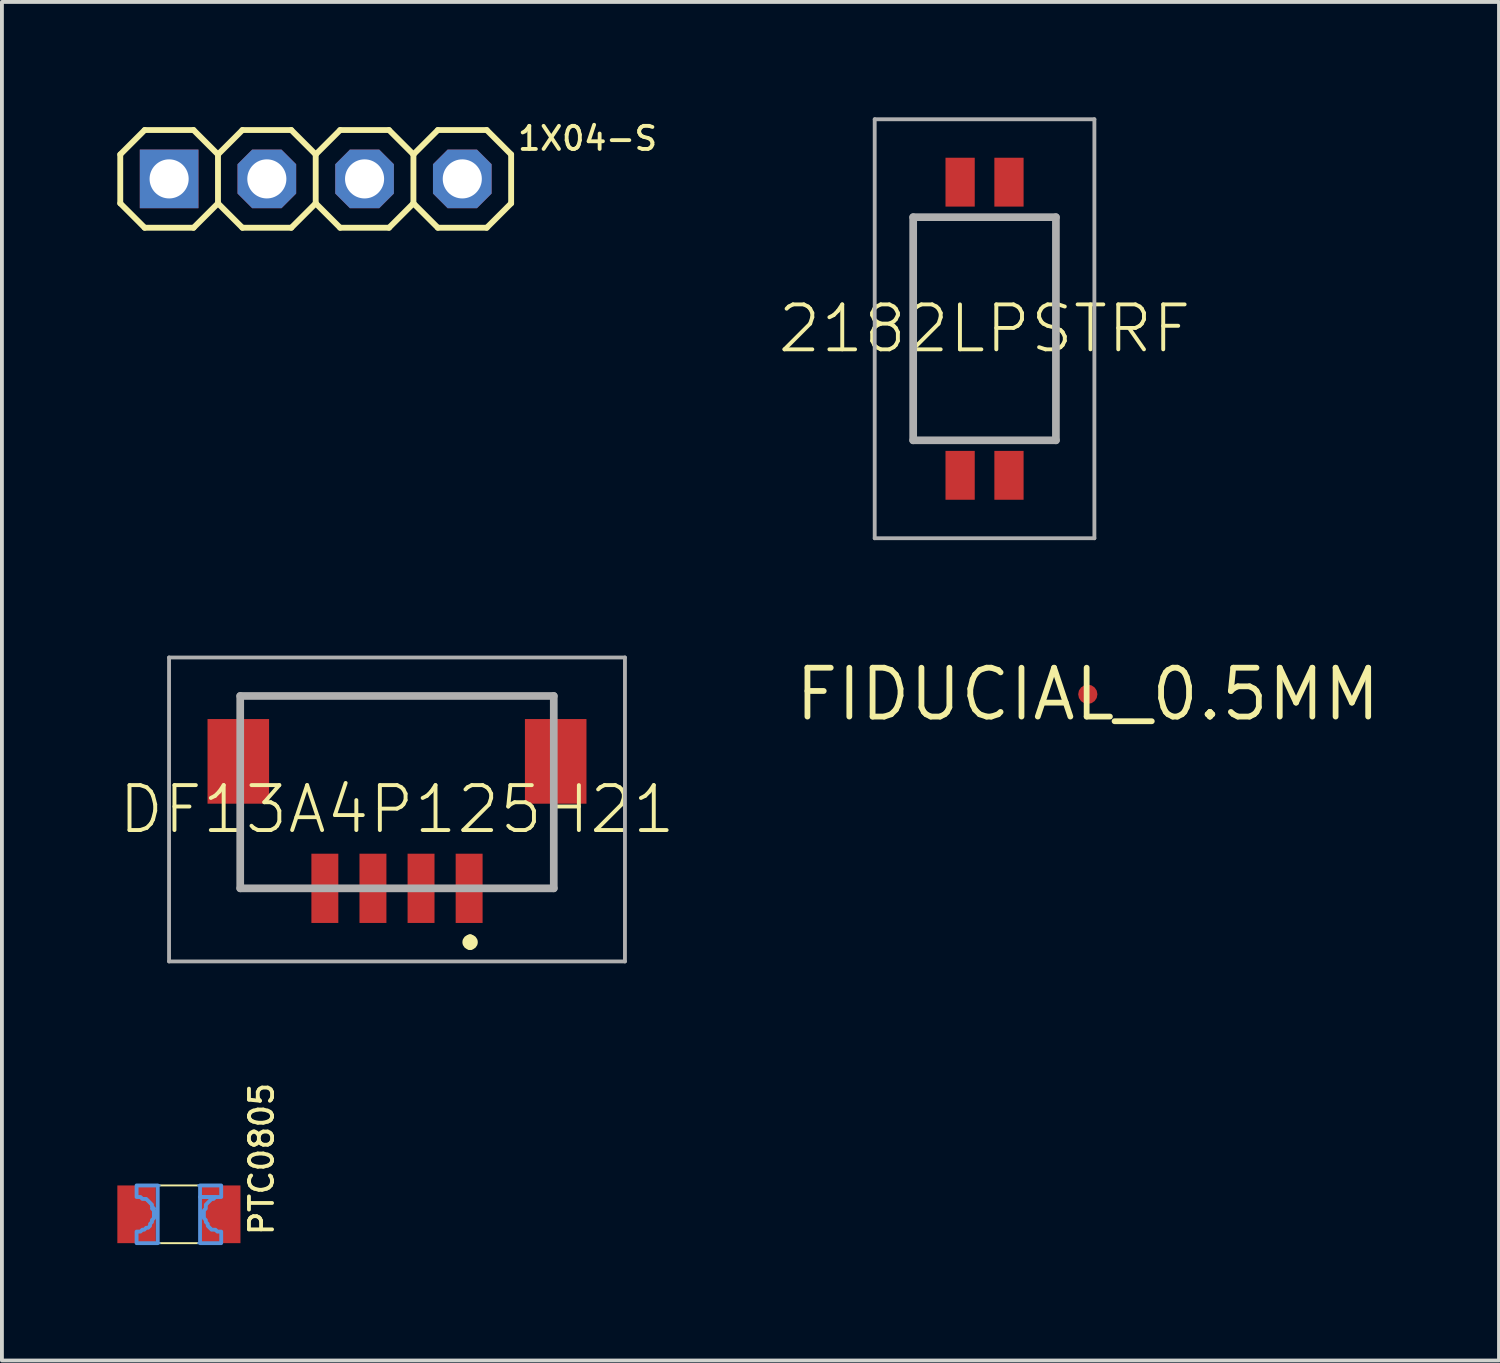
<source format=kicad_pcb>
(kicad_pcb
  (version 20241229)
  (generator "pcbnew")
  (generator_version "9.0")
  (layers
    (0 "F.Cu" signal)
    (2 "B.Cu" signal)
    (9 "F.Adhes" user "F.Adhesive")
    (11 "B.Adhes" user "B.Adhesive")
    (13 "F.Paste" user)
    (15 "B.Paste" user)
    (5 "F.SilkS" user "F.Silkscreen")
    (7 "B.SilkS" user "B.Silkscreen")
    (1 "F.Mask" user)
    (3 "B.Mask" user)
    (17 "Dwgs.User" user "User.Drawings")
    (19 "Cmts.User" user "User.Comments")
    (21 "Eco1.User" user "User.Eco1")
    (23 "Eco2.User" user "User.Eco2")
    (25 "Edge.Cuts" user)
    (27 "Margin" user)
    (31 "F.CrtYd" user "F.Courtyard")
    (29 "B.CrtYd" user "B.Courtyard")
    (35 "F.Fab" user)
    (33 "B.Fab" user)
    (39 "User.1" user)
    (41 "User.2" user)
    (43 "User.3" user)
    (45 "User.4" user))
  (footprint "DF13A4P125H21"
    (layer "F.Cu")
    (at 7.269 17.54)
    (property "Reference" "DF13A4P125H21" (at 0 0.45 0) (layer "F.SilkS") (effects (font (size 1.168 1.168) (thickness 0.102))))
    (fp_line (start -4.075 -2.5) (end 4.075 -2.5) (stroke (width 0.1) (type solid)) (layer "F.SilkS"))
    (fp_line (start 1.9 3.8) (end 1.9 3.8) (stroke (width 0.2) (type solid)) (layer "F.SilkS"))
    (fp_line (start 1.9 4) (end 1.9 4) (stroke (width 0.2) (type solid)) (layer "F.SilkS"))
    (fp_arc (start 1.9 3.8) (mid 2 3.9) (end 1.9 4) (stroke (width 0.2) (type solid)) (layer "F.SilkS"))
    (fp_arc (start 1.9 4) (mid 1.8 3.9) (end 1.9 3.8) (stroke (width 0.2) (type solid)) (layer "F.SilkS"))
    (fp_line (start -5.925 -3.5) (end 5.925 -3.5) (stroke (width 0.1) (type solid)) (layer "F.Fab"))
    (fp_line (start -5.925 4.4) (end -5.925 -3.5) (stroke (width 0.1) (type solid)) (layer "F.Fab"))
    (fp_line (start -4.075 -2.5) (end 4.075 -2.5) (stroke (width 0.2) (type solid)) (layer "F.Fab"))
    (fp_line (start -4.075 2.5) (end -4.075 -2.5) (stroke (width 0.2) (type solid)) (layer "F.Fab"))
    (fp_line (start 4.075 -2.5) (end 4.075 2.5) (stroke (width 0.2) (type solid)) (layer "F.Fab"))
    (fp_line (start 4.075 2.5) (end -4.075 2.5) (stroke (width 0.2) (type solid)) (layer "F.Fab"))
    (fp_line (start 5.925 -3.5) (end 5.925 4.4) (stroke (width 0.1) (type solid)) (layer "F.Fab"))
    (fp_line (start 5.925 4.4) (end -5.925 4.4) (stroke (width 0.1) (type solid)) (layer "F.Fab"))
    (pad "1" smd rect (at 1.875 2.5 90) (size 1.8 0.7) (layers "F.Cu" "F.Mask" "F.Paste"))
    (pad "2" smd rect (at 0.625 2.5 90) (size 1.8 0.7) (layers "F.Cu" "F.Mask" "F.Paste"))
    (pad "3" smd rect (at -0.625 2.5 90) (size 1.8 0.7) (layers "F.Cu" "F.Mask" "F.Paste"))
    (pad "4" smd rect (at -1.875 2.5 90) (size 1.8 0.7) (layers "F.Cu" "F.Mask" "F.Paste"))
    (pad "MP1" smd rect (at -4.125 -0.8 90) (size 2.2 1.6) (layers "F.Cu" "F.Mask" "F.Paste"))
    (pad "MP2" smd rect (at 4.125 -0.8 90) (size 2.2 1.6) (layers "F.Cu" "F.Mask" "F.Paste")))
  (footprint "1X04-S"
    (layer "F.Cu")
    (at 5.156 1.6)
    (property "Reference" "1X04-S" (at 5.2 -0.7 0) (layer "F.SilkS") (effects (font (size 0.6 0.6) (thickness 0.1)) (justify left bottom)))
    (fp_line (start -5.08 -0.635) (end -5.08 0.635) (stroke (width 0.152) (type solid)) (layer "F.SilkS"))
    (fp_line (start -5.08 0.635) (end -4.445 1.27) (stroke (width 0.152) (type solid)) (layer "F.SilkS"))
    (fp_line (start -4.445 -1.27) (end -5.08 -0.635) (stroke (width 0.152) (type solid)) (layer "F.SilkS"))
    (fp_line (start -4.445 -1.27) (end -3.175 -1.27) (stroke (width 0.152) (type solid)) (layer "F.SilkS"))
    (fp_line (start -3.175 -1.27) (end -2.54 -0.635) (stroke (width 0.152) (type solid)) (layer "F.SilkS"))
    (fp_line (start -3.175 1.27) (end -4.445 1.27) (stroke (width 0.152) (type solid)) (layer "F.SilkS"))
    (fp_line (start -2.54 -0.635) (end -2.54 0.635) (stroke (width 0.152) (type solid)) (layer "F.SilkS"))
    (fp_line (start -2.54 -0.635) (end -1.905 -1.27) (stroke (width 0.152) (type solid)) (layer "F.SilkS"))
    (fp_line (start -2.54 0.635) (end -3.175 1.27) (stroke (width 0.152) (type solid)) (layer "F.SilkS"))
    (fp_line (start -1.905 -1.27) (end -0.635 -1.27) (stroke (width 0.152) (type solid)) (layer "F.SilkS"))
    (fp_line (start -1.905 1.27) (end -2.54 0.635) (stroke (width 0.152) (type solid)) (layer "F.SilkS"))
    (fp_line (start -0.635 -1.27) (end 0 -0.635) (stroke (width 0.152) (type solid)) (layer "F.SilkS"))
    (fp_line (start -0.635 1.27) (end -1.905 1.27) (stroke (width 0.152) (type solid)) (layer "F.SilkS"))
    (fp_line (start 0 -0.635) (end 0 0.635) (stroke (width 0.152) (type solid)) (layer "F.SilkS"))
    (fp_line (start 0 -0.635) (end 0.635 -1.27) (stroke (width 0.152) (type solid)) (layer "F.SilkS"))
    (fp_line (start 0 0.635) (end -0.635 1.27) (stroke (width 0.152) (type solid)) (layer "F.SilkS"))
    (fp_line (start 0.635 -1.27) (end 1.905 -1.27) (stroke (width 0.152) (type solid)) (layer "F.SilkS"))
    (fp_line (start 0.635 1.27) (end 0 0.635) (stroke (width 0.152) (type solid)) (layer "F.SilkS"))
    (fp_line (start 1.905 -1.27) (end 2.54 -0.635) (stroke (width 0.152) (type solid)) (layer "F.SilkS"))
    (fp_line (start 1.905 1.27) (end 0.635 1.27) (stroke (width 0.152) (type solid)) (layer "F.SilkS"))
    (fp_line (start 2.54 -0.635) (end 2.54 0.635) (stroke (width 0.152) (type solid)) (layer "F.SilkS"))
    (fp_line (start 2.54 0.635) (end 1.905 1.27) (stroke (width 0.152) (type solid)) (layer "F.SilkS"))
    (fp_line (start 2.54 0.635) (end 3.175 1.27) (stroke (width 0.152) (type solid)) (layer "F.SilkS"))
    (fp_line (start 3.175 -1.27) (end 2.54 -0.635) (stroke (width 0.152) (type solid)) (layer "F.SilkS"))
    (fp_line (start 3.175 -1.27) (end 4.445 -1.27) (stroke (width 0.152) (type solid)) (layer "F.SilkS"))
    (fp_line (start 4.445 -1.27) (end 5.08 -0.635) (stroke (width 0.152) (type solid)) (layer "F.SilkS"))
    (fp_line (start 4.445 1.27) (end 3.175 1.27) (stroke (width 0.152) (type solid)) (layer "F.SilkS"))
    (fp_line (start 5.08 -0.635) (end 5.08 0.635) (stroke (width 0.152) (type solid)) (layer "F.SilkS"))
    (fp_line (start 5.08 0.635) (end 4.445 1.27) (stroke (width 0.152) (type solid)) (layer "F.SilkS"))
    (fp_poly (pts (xy -4.064 0.254) (xy -3.556 0.254) (xy -3.556 -0.254) (xy -4.064 -0.254)) (stroke (width 0.1) (type solid)) (fill no) (layer "F.Fab"))
    (fp_poly (pts (xy -1.524 0.254) (xy -1.016 0.254) (xy -1.016 -0.254) (xy -1.524 -0.254)) (stroke (width 0.1) (type solid)) (fill no) (layer "F.Fab"))
    (fp_poly (pts (xy 1.016 0.254) (xy 1.524 0.254) (xy 1.524 -0.254) (xy 1.016 -0.254)) (stroke (width 0.1) (type solid)) (fill no) (layer "F.Fab"))
    (fp_poly (pts (xy 3.556 0.254) (xy 4.064 0.254) (xy 4.064 -0.254) (xy 3.556 -0.254)) (stroke (width 0.1) (type solid)) (fill no) (layer "F.Fab"))
    (pad "1" thru_hole rect (at -3.81 0) (size 1.524 1.524) (drill 1.016) (layers "*.Cu" "*.Mask"))
    (pad "2" thru_hole roundrect (at -1.27 0) (size 1.524 1.524) (drill 1.016) (layers "*.Cu" "*.Mask") (roundrect_rratio 0.25) (chamfer_ratio 0.25) (chamfer top_left top_right bottom_left bottom_right))
    (pad "3" thru_hole roundrect (at 1.27 0) (size 1.524 1.524) (drill 1.016) (layers "*.Cu" "*.Mask") (roundrect_rratio 0.25) (chamfer_ratio 0.25) (chamfer top_left top_right bottom_left bottom_right))
    (pad "4" thru_hole roundrect (at 3.81 0) (size 1.524 1.524) (drill 1.016) (layers "*.Cu" "*.Mask") (roundrect_rratio 0.25) (chamfer_ratio 0.25) (chamfer top_left top_right bottom_left bottom_right)))
  (footprint "2182LPSTRF"
    (layer "F.Cu")
    (at 22.541 5.495)
    (property "Reference" "2182LPSTRF" (at 0 0 0) (layer "F.SilkS") (effects (font (size 1.168 1.168) (thickness 0.102))))
    (fp_line (start -1.855 2.8) (end -1.855 -2.9) (stroke (width 0.1) (type solid)) (layer "F.SilkS"))
    (fp_line (start 1.855 2.9) (end 1.855 -2.9) (stroke (width 0.1) (type solid)) (layer "F.SilkS"))
    (fp_line (start -2.855 -5.445) (end 2.855 -5.445) (stroke (width 0.1) (type solid)) (layer "F.Fab"))
    (fp_line (start -2.855 5.445) (end -2.855 -5.445) (stroke (width 0.1) (type solid)) (layer "F.Fab"))
    (fp_line (start -1.855 -2.9) (end 1.855 -2.9) (stroke (width 0.2) (type solid)) (layer "F.Fab"))
    (fp_line (start -1.855 2.9) (end -1.855 -2.9) (stroke (width 0.2) (type solid)) (layer "F.Fab"))
    (fp_line (start 1.855 -2.9) (end 1.855 2.9) (stroke (width 0.2) (type solid)) (layer "F.Fab"))
    (fp_line (start 1.855 2.9) (end -1.855 2.9) (stroke (width 0.2) (type solid)) (layer "F.Fab"))
    (fp_line (start 2.855 -5.445) (end 2.855 5.445) (stroke (width 0.1) (type solid)) (layer "F.Fab"))
    (fp_line (start 2.855 5.445) (end -2.855 5.445) (stroke (width 0.1) (type solid)) (layer "F.Fab"))
    (pad "1" smd rect (at -0.635 3.81 90) (size 1.27 0.76) (layers "F.Cu" "F.Mask" "F.Paste"))
    (pad "2" smd rect (at 0.635 3.81 90) (size 1.27 0.76) (layers "F.Cu" "F.Mask" "F.Paste"))
    (pad "3" smd rect (at 0.635 -3.81 90) (size 1.27 0.76) (layers "F.Cu" "F.Mask" "F.Paste"))
    (pad "4" smd rect (at -0.635 -3.81 90) (size 1.27 0.76) (layers "F.Cu" "F.Mask" "F.Paste")))
  (footprint "FIDUCIAL_0.5MM"
    (layer "F.Cu")
    (at 25.225 14.996)
    (property "Reference" "FIDUCIAL_0.5MM" (at 0 0 0) (layer "F.SilkS") (effects (font (size 1.27 1.27) (thickness 0.15))))
    (pad "FID" smd roundrect (at 0 0) (size 0.5 0.5) (layers "F.Cu" "F.Mask") (roundrect_rratio 0.5)))
  (footprint "PTC0805"
    (layer "F.Cu")
    (at 1.6 28.513)
    (property "Reference" "PTC0805" (at 2.5 0.6 90) (layer "F.SilkS") (effects (font (size 0.6 0.6) (thickness 0.1)) (justify left bottom)))
    (fp_line (start -0.5 -0.75) (end 0.5 -0.75) (stroke (width 0.051) (type solid)) (layer "F.SilkS"))
    (fp_line (start 0.5 0.75) (end -0.5 0.75) (stroke (width 0.051) (type solid)) (layer "F.SilkS"))
    (fp_line (start -1.1 -0.75) (end -1.1 -0.45) (stroke (width 0.051) (type solid)) (layer "Cmts.User"))
    (fp_line (start -1.1 0.75) (end -1.1 0.45) (stroke (width 0.051) (type solid)) (layer "Cmts.User"))
    (fp_line (start -0.55 -0.75) (end -1.1 -0.75) (stroke (width 0.051) (type solid)) (layer "Cmts.User"))
    (fp_line (start -0.55 -0.75) (end -0.55 0.75) (stroke (width 0.051) (type solid)) (layer "Cmts.User"))
    (fp_line (start -0.55 0.75) (end -1.1 0.75) (stroke (width 0.051) (type solid)) (layer "Cmts.User"))
    (fp_line (start -0.55 0.75) (end -0.5 0.75) (stroke (width 0.051) (type solid)) (layer "Cmts.User"))
    (fp_line (start -0.5 -0.75) (end -0.55 -0.75) (stroke (width 0.051) (type solid)) (layer "Cmts.User"))
    (fp_line (start 0.5 -0.75) (end 0.55 -0.75) (stroke (width 0.051) (type solid)) (layer "Cmts.User"))
    (fp_line (start 0.55 -0.75) (end 0.55 0.75) (stroke (width 0.051) (type solid)) (layer "Cmts.User"))
    (fp_line (start 0.55 -0.75) (end 1.1 -0.75) (stroke (width 0.051) (type solid)) (layer "Cmts.User"))
    (fp_line (start 0.55 0.75) (end 0.5 0.75) (stroke (width 0.051) (type solid)) (layer "Cmts.User"))
    (fp_line (start 0.55 0.75) (end 1.1 0.75) (stroke (width 0.051) (type solid)) (layer "Cmts.User"))
    (fp_line (start 1.1 -0.75) (end 1.1 -0.45) (stroke (width 0.051) (type solid)) (layer "Cmts.User"))
    (fp_line (start 1.1 0.75) (end 1.1 0.45) (stroke (width 0.051) (type solid)) (layer "Cmts.User"))
    (fp_arc (start -1.1 -0.45) (mid -0.65 0) (end -1.1 0.45) (stroke (width 0.0508) (type solid)) (layer "Cmts.User"))
    (fp_arc (start 1.1 0.45) (mid 0.65 0) (end 1.1 -0.45) (stroke (width 0.0508) (type solid)) (layer "Cmts.User"))
    (fp_poly (pts (xy 1.1 -0.45) (xy 0.55 -0.45) (xy 0.55 -0.75) (xy 1.1 -0.75)) (stroke (width 0.1) (type solid)) (fill no) (layer "Cmts.User"))
    (fp_poly (pts (xy 0.9 -0.4) (xy 0.85 -0.4) (xy 0.7 -0.25) (xy 0.7 -0.15) (xy 0.65 -0.1) (xy 0.65 0.1) (xy 0.7 0.15) (xy 0.7 0.2) (xy 0.75 0.25) (xy 0.75 0.3) (xy 0.85 0.4) (xy 0.95 0.4) (xy 1 0.45) (xy 1.1 0.45) (xy 1.1 0.75) (xy 0.55 0.75) (xy 0.55 -0.45) (xy 0.95 -0.45)) (stroke (width 0.1) (type solid)) (fill no) (layer "Cmts.User"))
    (fp_poly (pts (xy -0.55 0.75) (xy -1.1 0.75) (xy -1.1 0.45) (xy -1 0.45) (xy -0.95 0.4) (xy -0.9 0.4) (xy -0.85 0.35) (xy -0.8 0.35) (xy -0.75 0.3) (xy -0.75 0.25) (xy -0.7 0.2) (xy -0.7 0.15) (xy -0.65 0.1) (xy -0.65 -0.1) (xy -0.7 -0.15) (xy -0.65 -0.15) (xy -0.7 -0.2) (xy -0.7 -0.25) (xy -0.85 -0.4) (xy -0.95 -0.4) (xy -1 -0.45) (xy -1.1 -0.45) (xy -1.1 -0.75) (xy -0.55 -0.75)) (stroke (width 0.1) (type solid)) (fill no) (layer "Cmts.User"))
    (pad "1" smd rect (at -1.1 0) (size 1 1.5) (layers "F.Cu" "F.Mask" "F.Paste"))
    (pad "2" smd rect (at 1.1 0) (size 1 1.5) (layers "F.Cu" "F.Mask" "F.Paste")))
  (gr_rect
    (start -3 -3)
    (end 35.913 32.313)
    (stroke (width 0.1) (type default))
    (fill no)
    (layer "Edge.Cuts")))
</source>
